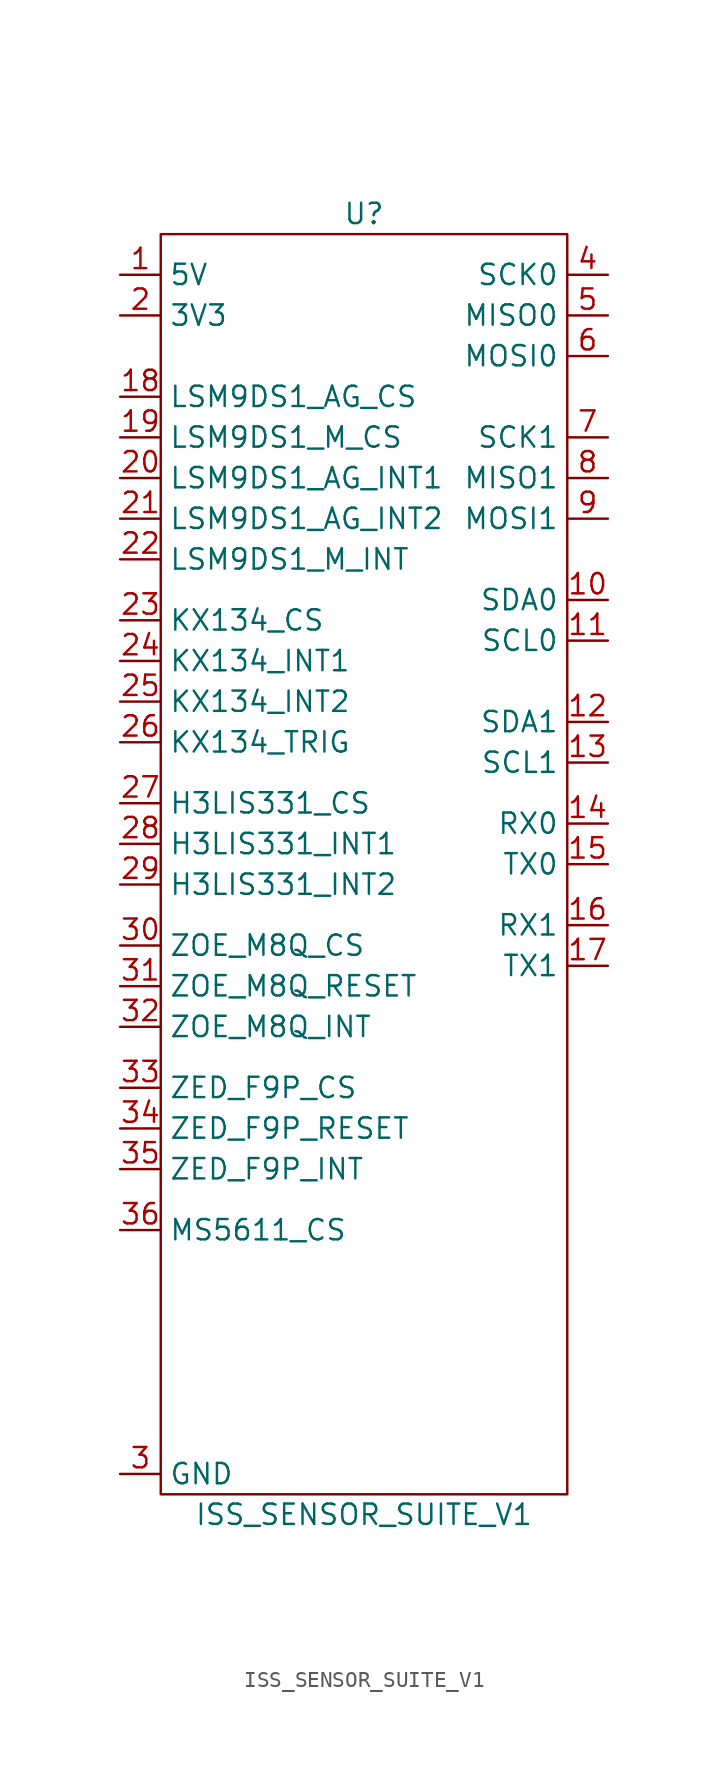
<source format=kicad_sym>
(kicad_symbol_lib
  (version 20211014)
  (generator kicad_symbol_editor)
  (symbol "ISS_SENSOR_SUITE_V1"
    (property "Reference" "U"
      (at 0 24.13 0)
      (effects (font (size 1.27 1.27))))
    (property "Value" "ISS_SENSOR_SUITE_V1"
      (at 0 -57.15 0)
      (effects (font (size 1.27 1.27))))
    (symbol "ISS_SENSOR_SUITE_V1_0_1"
      (rectangle (start -12.7 22.86) (end 12.7 -55.88) (stroke (width 0.152) (type default) (color 0 0 0 0)) (fill (type none))))
    (symbol "ISS_SENSOR_SUITE_V1_1_1"
      (pin power_in line (at -15.24 20.32 0) (length 2.54) (name "5V" (effects (font (size 1.27 1.27)))) (number "1" (effects (font (size 1.27 1.27)))))
      (pin bidirectional line (at 15.24 0 180) (length 2.54) (name "SDA0" (effects (font (size 1.27 1.27)))) (number "10" (effects (font (size 1.27 1.27)))))
      (pin input line (at 15.24 -2.54 180) (length 2.54) (name "SCL0" (effects (font (size 1.27 1.27)))) (number "11" (effects (font (size 1.27 1.27)))))
      (pin bidirectional line (at 15.24 -7.62 180) (length 2.54) (name "SDA1" (effects (font (size 1.27 1.27)))) (number "12" (effects (font (size 1.27 1.27)))))
      (pin input line (at 15.24 -10.16 180) (length 2.54) (name "SCL1" (effects (font (size 1.27 1.27)))) (number "13" (effects (font (size 1.27 1.27)))))
      (pin input line (at 15.24 -13.97 180) (length 2.54) (name "RX0" (effects (font (size 1.27 1.27)))) (number "14" (effects (font (size 1.27 1.27)))))
      (pin output line (at 15.24 -16.51 180) (length 2.54) (name "TX0" (effects (font (size 1.27 1.27)))) (number "15" (effects (font (size 1.27 1.27)))))
      (pin input line (at 15.24 -20.32 180) (length 2.54) (name "RX1" (effects (font (size 1.27 1.27)))) (number "16" (effects (font (size 1.27 1.27)))))
      (pin output line (at 15.24 -22.86 180) (length 2.54) (name "TX1" (effects (font (size 1.27 1.27)))) (number "17" (effects (font (size 1.27 1.27)))))
      (pin input line (at -15.24 12.7 0) (length 2.54) (name "LSM9DS1_AG_CS" (effects (font (size 1.27 1.27)))) (number "18" (effects (font (size 1.27 1.27)))))
      (pin input line (at -15.24 10.16 0) (length 2.54) (name "LSM9DS1_M_CS" (effects (font (size 1.27 1.27)))) (number "19" (effects (font (size 1.27 1.27)))))
      (pin power_in line (at -15.24 17.78 0) (length 2.54) (name "3V3" (effects (font (size 1.27 1.27)))) (number "2" (effects (font (size 1.27 1.27)))))
      (pin output line (at -15.24 7.62 0) (length 2.54) (name "LSM9DS1_AG_INT1" (effects (font (size 1.27 1.27)))) (number "20" (effects (font (size 1.27 1.27)))))
      (pin output line (at -15.24 5.08 0) (length 2.54) (name "LSM9DS1_AG_INT2" (effects (font (size 1.27 1.27)))) (number "21" (effects (font (size 1.27 1.27)))))
      (pin output line (at -15.24 2.54 0) (length 2.54) (name "LSM9DS1_M_INT" (effects (font (size 1.27 1.27)))) (number "22" (effects (font (size 1.27 1.27)))))
      (pin input line (at -15.24 -1.27 0) (length 2.54) (name "KX134_CS" (effects (font (size 1.27 1.27)))) (number "23" (effects (font (size 1.27 1.27)))))
      (pin output line (at -15.24 -3.81 0) (length 2.54) (name "KX134_INT1" (effects (font (size 1.27 1.27)))) (number "24" (effects (font (size 1.27 1.27)))))
      (pin output line (at -15.24 -6.35 0) (length 2.54) (name "KX134_INT2" (effects (font (size 1.27 1.27)))) (number "25" (effects (font (size 1.27 1.27)))))
      (pin output line (at -15.24 -8.89 0) (length 2.54) (name "KX134_TRIG" (effects (font (size 1.27 1.27)))) (number "26" (effects (font (size 1.27 1.27)))))
      (pin input line (at -15.24 -12.7 0) (length 2.54) (name "H3LIS331_CS" (effects (font (size 1.27 1.27)))) (number "27" (effects (font (size 1.27 1.27)))))
      (pin output line (at -15.24 -15.24 0) (length 2.54) (name "H3LIS331_INT1" (effects (font (size 1.27 1.27)))) (number "28" (effects (font (size 1.27 1.27)))))
      (pin output line (at -15.24 -17.78 0) (length 2.54) (name "H3LIS331_INT2" (effects (font (size 1.27 1.27)))) (number "29" (effects (font (size 1.27 1.27)))))
      (pin input line (at -15.24 -54.61 0) (length 2.54) (name "GND" (effects (font (size 1.27 1.27)))) (number "3" (effects (font (size 1.27 1.27)))))
      (pin input line (at -15.24 -21.59 0) (length 2.54) (name "ZOE_M8Q_CS" (effects (font (size 1.27 1.27)))) (number "30" (effects (font (size 1.27 1.27)))))
      (pin input line (at -15.24 -24.13 0) (length 2.54) (name "ZOE_M8Q_RESET" (effects (font (size 1.27 1.27)))) (number "31" (effects (font (size 1.27 1.27)))))
      (pin input line (at -15.24 -26.67 0) (length 2.54) (name "ZOE_M8Q_INT" (effects (font (size 1.27 1.27)))) (number "32" (effects (font (size 1.27 1.27)))))
      (pin input line (at -15.24 -30.48 0) (length 2.54) (name "ZED_F9P_CS" (effects (font (size 1.27 1.27)))) (number "33" (effects (font (size 1.27 1.27)))))
      (pin input line (at -15.24 -33.02 0) (length 2.54) (name "ZED_F9P_RESET" (effects (font (size 1.27 1.27)))) (number "34" (effects (font (size 1.27 1.27)))))
      (pin input line (at -15.24 -35.56 0) (length 2.54) (name "ZED_F9P_INT" (effects (font (size 1.27 1.27)))) (number "35" (effects (font (size 1.27 1.27)))))
      (pin input line (at -15.24 -39.37 0) (length 2.54) (name "MS5611_CS" (effects (font (size 1.27 1.27)))) (number "36" (effects (font (size 1.27 1.27)))))
      (pin input line (at 15.24 20.32 180) (length 2.54) (name "SCK0" (effects (font (size 1.27 1.27)))) (number "4" (effects (font (size 1.27 1.27)))))
      (pin output line (at 15.24 17.78 180) (length 2.54) (name "MISO0" (effects (font (size 1.27 1.27)))) (number "5" (effects (font (size 1.27 1.27)))))
      (pin input line (at 15.24 15.24 180) (length 2.54) (name "MOSI0" (effects (font (size 1.27 1.27)))) (number "6" (effects (font (size 1.27 1.27)))))
      (pin input line (at 15.24 10.16 180) (length 2.54) (name "SCK1" (effects (font (size 1.27 1.27)))) (number "7" (effects (font (size 1.27 1.27)))))
      (pin output line (at 15.24 7.62 180) (length 2.54) (name "MISO1" (effects (font (size 1.27 1.27)))) (number "8" (effects (font (size 1.27 1.27)))))
      (pin input line (at 15.24 5.08 180) (length 2.54) (name "MOSI1" (effects (font (size 1.27 1.27)))) (number "9" (effects (font (size 1.27 1.27))))))))
</source>
